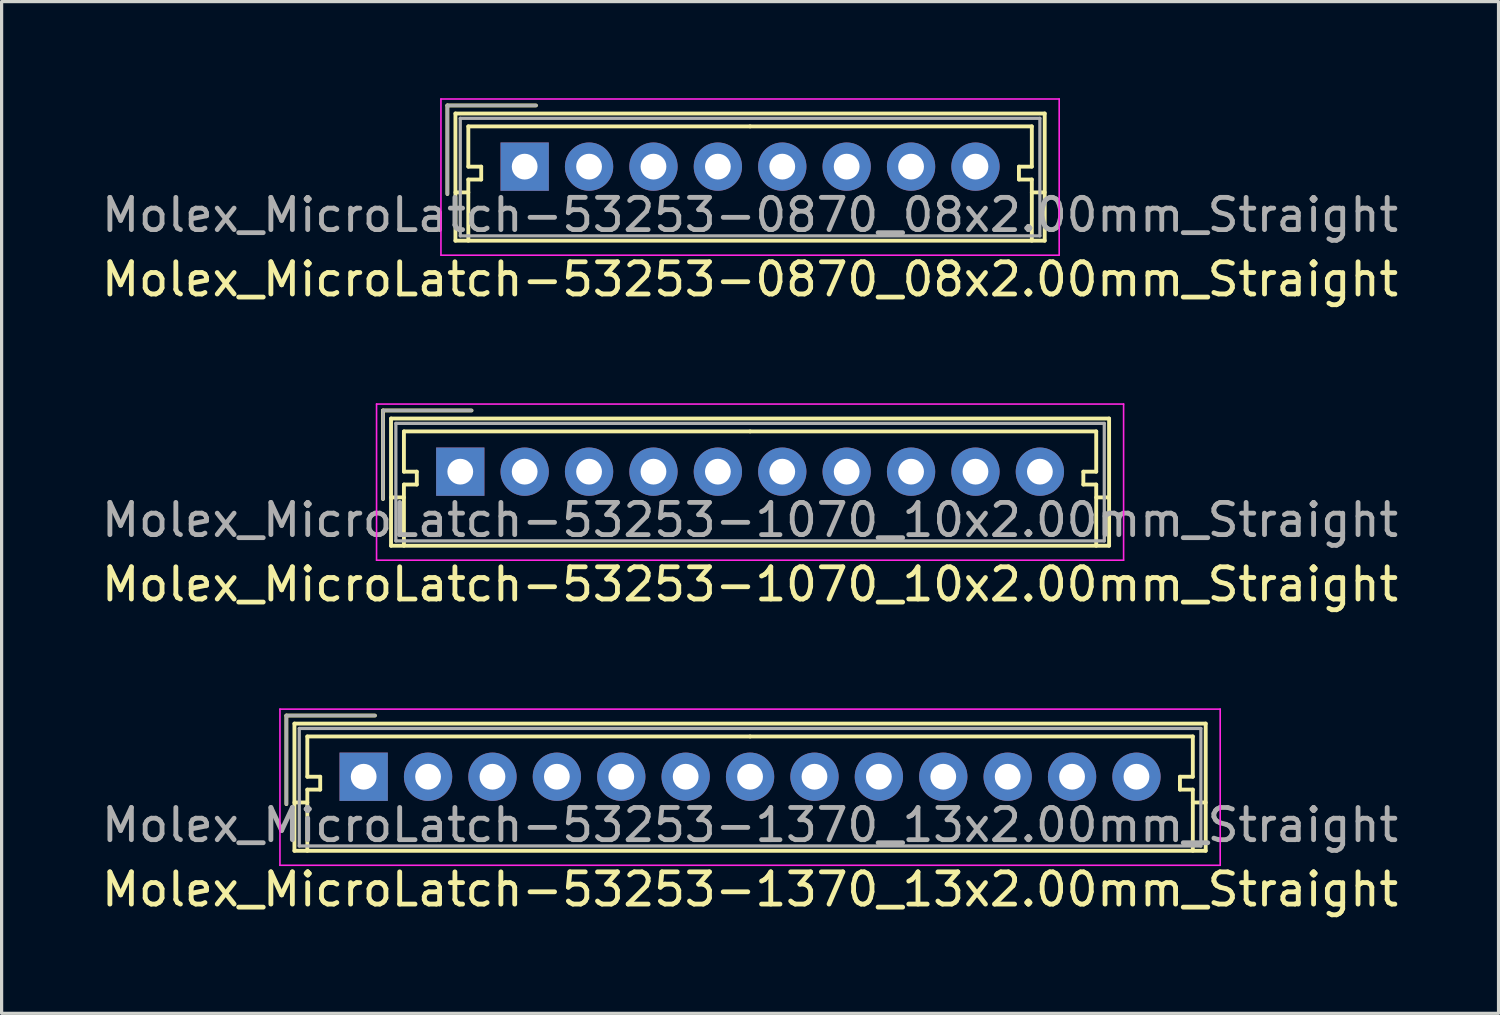
<source format=kicad_pcb>
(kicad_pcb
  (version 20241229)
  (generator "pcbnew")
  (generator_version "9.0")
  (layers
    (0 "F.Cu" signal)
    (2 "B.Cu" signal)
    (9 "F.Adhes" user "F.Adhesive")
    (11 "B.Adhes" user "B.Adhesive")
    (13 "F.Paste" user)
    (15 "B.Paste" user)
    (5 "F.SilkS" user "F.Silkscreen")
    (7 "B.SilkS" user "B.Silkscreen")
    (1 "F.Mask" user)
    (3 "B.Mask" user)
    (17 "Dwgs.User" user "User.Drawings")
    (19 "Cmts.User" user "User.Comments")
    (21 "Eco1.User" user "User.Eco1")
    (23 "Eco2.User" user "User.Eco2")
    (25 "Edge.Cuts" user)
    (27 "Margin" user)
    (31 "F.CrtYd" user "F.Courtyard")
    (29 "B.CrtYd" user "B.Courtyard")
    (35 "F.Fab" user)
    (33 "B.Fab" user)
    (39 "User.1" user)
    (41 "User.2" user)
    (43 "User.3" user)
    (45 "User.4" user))
  (footprint "Molex_MicroLatch-53253-1370_13x2.00mm_Straight"
    (layer "F.Cu")
    (at 8.244 21.072)
    (property "Reference" "Molex_MicroLatch-53253-1370_13x2.00mm_Straight" (at 12 3.5 0) (layer "F.SilkS") (effects (font (size 1 1) (thickness 0.15))))
    (attr through_hole)
    (fp_line (start -2.4 -1.9) (end -2.4 0.85) (stroke (width 0.12) (type solid)) (layer "F.SilkS"))
    (fp_line (start -2.15 -1.65) (end -2.15 2.3) (stroke (width 0.12) (type solid)) (layer "F.SilkS"))
    (fp_line (start -2.15 0.8) (end -1.75 0.8) (stroke (width 0.12) (type solid)) (layer "F.SilkS"))
    (fp_line (start -2.15 2.3) (end 26.15 2.3) (stroke (width 0.12) (type solid)) (layer "F.SilkS"))
    (fp_line (start -1.75 -1.25) (end -1.75 0) (stroke (width 0.12) (type solid)) (layer "F.SilkS"))
    (fp_line (start -1.75 0) (end -1.35 0) (stroke (width 0.12) (type solid)) (layer "F.SilkS"))
    (fp_line (start -1.75 0.4) (end -1.75 2.3) (stroke (width 0.12) (type solid)) (layer "F.SilkS"))
    (fp_line (start -1.35 0) (end -1.35 0.4) (stroke (width 0.12) (type solid)) (layer "F.SilkS"))
    (fp_line (start -1.35 0.4) (end -1.75 0.4) (stroke (width 0.12) (type solid)) (layer "F.SilkS"))
    (fp_line (start 0.35 -1.9) (end -2.4 -1.9) (stroke (width 0.12) (type solid)) (layer "F.SilkS"))
    (fp_line (start 12 -1.25) (end -1.75 -1.25) (stroke (width 0.12) (type solid)) (layer "F.SilkS"))
    (fp_line (start 12 -1.25) (end 25.75 -1.25) (stroke (width 0.12) (type solid)) (layer "F.SilkS"))
    (fp_line (start 25.35 0) (end 25.35 0.4) (stroke (width 0.12) (type solid)) (layer "F.SilkS"))
    (fp_line (start 25.35 0.4) (end 25.75 0.4) (stroke (width 0.12) (type solid)) (layer "F.SilkS"))
    (fp_line (start 25.75 -1.25) (end 25.75 0) (stroke (width 0.12) (type solid)) (layer "F.SilkS"))
    (fp_line (start 25.75 0) (end 25.35 0) (stroke (width 0.12) (type solid)) (layer "F.SilkS"))
    (fp_line (start 25.75 0.4) (end 25.75 2.3) (stroke (width 0.12) (type solid)) (layer "F.SilkS"))
    (fp_line (start 26.15 -1.65) (end -2.15 -1.65) (stroke (width 0.12) (type solid)) (layer "F.SilkS"))
    (fp_line (start 26.15 0.8) (end 25.75 0.8) (stroke (width 0.12) (type solid)) (layer "F.SilkS"))
    (fp_line (start 26.15 2.3) (end 26.15 -1.65) (stroke (width 0.12) (type solid)) (layer "F.SilkS"))
    (fp_line (start -2.6 -2.1) (end -2.6 2.75) (stroke (width 0.05) (type solid)) (layer "F.CrtYd"))
    (fp_line (start -2.6 2.75) (end 26.6 2.75) (stroke (width 0.05) (type solid)) (layer "F.CrtYd"))
    (fp_line (start 26.6 -2.1) (end -2.6 -2.1) (stroke (width 0.05) (type solid)) (layer "F.CrtYd"))
    (fp_line (start 26.6 2.75) (end 26.6 -2.1) (stroke (width 0.05) (type solid)) (layer "F.CrtYd"))
    (fp_line (start -2.4 -1.9) (end -2.4 0.85) (stroke (width 0.1) (type solid)) (layer "F.Fab"))
    (fp_line (start -2 -1.5) (end -2 2.15) (stroke (width 0.1) (type solid)) (layer "F.Fab"))
    (fp_line (start -2 2.15) (end 26 2.15) (stroke (width 0.1) (type solid)) (layer "F.Fab"))
    (fp_line (start 0.35 -1.9) (end -2.4 -1.9) (stroke (width 0.1) (type solid)) (layer "F.Fab"))
    (fp_line (start 26 -1.5) (end -2 -1.5) (stroke (width 0.1) (type solid)) (layer "F.Fab"))
    (fp_line (start 26 2.15) (end 26 -1.5) (stroke (width 0.1) (type solid)) (layer "F.Fab"))
    (fp_text user "${REFERENCE}" (at 12 1.5 0) (layer "F.Fab") (effects (font (size 1 1) (thickness 0.15))))
    (pad "1" thru_hole rect (at 0 0) (size 1.5 1.5) (drill 0.8) (layers "*.Cu" "*.Mask"))
    (pad "2" thru_hole circle (at 2 0) (size 1.5 1.5) (drill 0.8) (layers "*.Cu" "*.Mask"))
    (pad "3" thru_hole circle (at 4 0) (size 1.5 1.5) (drill 0.8) (layers "*.Cu" "*.Mask"))
    (pad "4" thru_hole circle (at 6 0) (size 1.5 1.5) (drill 0.8) (layers "*.Cu" "*.Mask"))
    (pad "5" thru_hole circle (at 8 0) (size 1.5 1.5) (drill 0.8) (layers "*.Cu" "*.Mask"))
    (pad "6" thru_hole circle (at 10 0) (size 1.5 1.5) (drill 0.8) (layers "*.Cu" "*.Mask"))
    (pad "7" thru_hole circle (at 12 0) (size 1.5 1.5) (drill 0.8) (layers "*.Cu" "*.Mask"))
    (pad "8" thru_hole circle (at 14 0) (size 1.5 1.5) (drill 0.8) (layers "*.Cu" "*.Mask"))
    (pad "9" thru_hole circle (at 16 0) (size 1.5 1.5) (drill 0.8) (layers "*.Cu" "*.Mask"))
    (pad "10" thru_hole circle (at 18 0) (size 1.5 1.5) (drill 0.8) (layers "*.Cu" "*.Mask"))
    (pad "11" thru_hole circle (at 20 0) (size 1.5 1.5) (drill 0.8) (layers "*.Cu" "*.Mask"))
    (pad "12" thru_hole circle (at 22 0) (size 1.5 1.5) (drill 0.8) (layers "*.Cu" "*.Mask"))
    (pad "13" thru_hole circle (at 24 0) (size 1.5 1.5) (drill 0.8) (layers "*.Cu" "*.Mask")))
  (footprint "Molex_MicroLatch-53253-0870_08x2.00mm_Straight"
    (layer "F.Cu")
    (at 13.244 2.125)
    (property "Reference" "Molex_MicroLatch-53253-0870_08x2.00mm_Straight" (at 7 3.5 0) (layer "F.SilkS") (effects (font (size 1 1) (thickness 0.15))))
    (attr through_hole)
    (fp_line (start -2.4 -1.9) (end -2.4 0.85) (stroke (width 0.12) (type solid)) (layer "F.SilkS"))
    (fp_line (start -2.15 -1.65) (end -2.15 2.3) (stroke (width 0.12) (type solid)) (layer "F.SilkS"))
    (fp_line (start -2.15 0.8) (end -1.75 0.8) (stroke (width 0.12) (type solid)) (layer "F.SilkS"))
    (fp_line (start -2.15 2.3) (end 16.15 2.3) (stroke (width 0.12) (type solid)) (layer "F.SilkS"))
    (fp_line (start -1.75 -1.25) (end -1.75 0) (stroke (width 0.12) (type solid)) (layer "F.SilkS"))
    (fp_line (start -1.75 0) (end -1.35 0) (stroke (width 0.12) (type solid)) (layer "F.SilkS"))
    (fp_line (start -1.75 0.4) (end -1.75 2.3) (stroke (width 0.12) (type solid)) (layer "F.SilkS"))
    (fp_line (start -1.35 0) (end -1.35 0.4) (stroke (width 0.12) (type solid)) (layer "F.SilkS"))
    (fp_line (start -1.35 0.4) (end -1.75 0.4) (stroke (width 0.12) (type solid)) (layer "F.SilkS"))
    (fp_line (start 0.35 -1.9) (end -2.4 -1.9) (stroke (width 0.12) (type solid)) (layer "F.SilkS"))
    (fp_line (start 7 -1.25) (end -1.75 -1.25) (stroke (width 0.12) (type solid)) (layer "F.SilkS"))
    (fp_line (start 7 -1.25) (end 15.75 -1.25) (stroke (width 0.12) (type solid)) (layer "F.SilkS"))
    (fp_line (start 15.35 0) (end 15.35 0.4) (stroke (width 0.12) (type solid)) (layer "F.SilkS"))
    (fp_line (start 15.35 0.4) (end 15.75 0.4) (stroke (width 0.12) (type solid)) (layer "F.SilkS"))
    (fp_line (start 15.75 -1.25) (end 15.75 0) (stroke (width 0.12) (type solid)) (layer "F.SilkS"))
    (fp_line (start 15.75 0) (end 15.35 0) (stroke (width 0.12) (type solid)) (layer "F.SilkS"))
    (fp_line (start 15.75 0.4) (end 15.75 2.3) (stroke (width 0.12) (type solid)) (layer "F.SilkS"))
    (fp_line (start 16.15 -1.65) (end -2.15 -1.65) (stroke (width 0.12) (type solid)) (layer "F.SilkS"))
    (fp_line (start 16.15 0.8) (end 15.75 0.8) (stroke (width 0.12) (type solid)) (layer "F.SilkS"))
    (fp_line (start 16.15 2.3) (end 16.15 -1.65) (stroke (width 0.12) (type solid)) (layer "F.SilkS"))
    (fp_line (start -2.6 -2.1) (end -2.6 2.75) (stroke (width 0.05) (type solid)) (layer "F.CrtYd"))
    (fp_line (start -2.6 2.75) (end 16.6 2.75) (stroke (width 0.05) (type solid)) (layer "F.CrtYd"))
    (fp_line (start 16.6 -2.1) (end -2.6 -2.1) (stroke (width 0.05) (type solid)) (layer "F.CrtYd"))
    (fp_line (start 16.6 2.75) (end 16.6 -2.1) (stroke (width 0.05) (type solid)) (layer "F.CrtYd"))
    (fp_line (start -2.4 -1.9) (end -2.4 0.85) (stroke (width 0.1) (type solid)) (layer "F.Fab"))
    (fp_line (start -2 -1.5) (end -2 2.15) (stroke (width 0.1) (type solid)) (layer "F.Fab"))
    (fp_line (start -2 2.15) (end 16 2.15) (stroke (width 0.1) (type solid)) (layer "F.Fab"))
    (fp_line (start 0.35 -1.9) (end -2.4 -1.9) (stroke (width 0.1) (type solid)) (layer "F.Fab"))
    (fp_line (start 16 -1.5) (end -2 -1.5) (stroke (width 0.1) (type solid)) (layer "F.Fab"))
    (fp_line (start 16 2.15) (end 16 -1.5) (stroke (width 0.1) (type solid)) (layer "F.Fab"))
    (fp_text user "${REFERENCE}" (at 7 1.5 0) (layer "F.Fab") (effects (font (size 1 1) (thickness 0.15))))
    (pad "1" thru_hole rect (at 0 0) (size 1.5 1.5) (drill 0.8) (layers "*.Cu" "*.Mask"))
    (pad "2" thru_hole circle (at 2 0) (size 1.5 1.5) (drill 0.8) (layers "*.Cu" "*.Mask"))
    (pad "3" thru_hole circle (at 4 0) (size 1.5 1.5) (drill 0.8) (layers "*.Cu" "*.Mask"))
    (pad "4" thru_hole circle (at 6 0) (size 1.5 1.5) (drill 0.8) (layers "*.Cu" "*.Mask"))
    (pad "5" thru_hole circle (at 8 0) (size 1.5 1.5) (drill 0.8) (layers "*.Cu" "*.Mask"))
    (pad "6" thru_hole circle (at 10 0) (size 1.5 1.5) (drill 0.8) (layers "*.Cu" "*.Mask"))
    (pad "7" thru_hole circle (at 12 0) (size 1.5 1.5) (drill 0.8) (layers "*.Cu" "*.Mask"))
    (pad "8" thru_hole circle (at 14 0) (size 1.5 1.5) (drill 0.8) (layers "*.Cu" "*.Mask")))
  (footprint "Molex_MicroLatch-53253-1070_10x2.00mm_Straight"
    (layer "F.Cu")
    (at 11.244 11.598)
    (property "Reference" "Molex_MicroLatch-53253-1070_10x2.00mm_Straight" (at 9 3.5 0) (layer "F.SilkS") (effects (font (size 1 1) (thickness 0.15))))
    (attr through_hole)
    (fp_line (start -2.4 -1.9) (end -2.4 0.85) (stroke (width 0.12) (type solid)) (layer "F.SilkS"))
    (fp_line (start -2.15 -1.65) (end -2.15 2.3) (stroke (width 0.12) (type solid)) (layer "F.SilkS"))
    (fp_line (start -2.15 0.8) (end -1.75 0.8) (stroke (width 0.12) (type solid)) (layer "F.SilkS"))
    (fp_line (start -2.15 2.3) (end 20.15 2.3) (stroke (width 0.12) (type solid)) (layer "F.SilkS"))
    (fp_line (start -1.75 -1.25) (end -1.75 0) (stroke (width 0.12) (type solid)) (layer "F.SilkS"))
    (fp_line (start -1.75 0) (end -1.35 0) (stroke (width 0.12) (type solid)) (layer "F.SilkS"))
    (fp_line (start -1.75 0.4) (end -1.75 2.3) (stroke (width 0.12) (type solid)) (layer "F.SilkS"))
    (fp_line (start -1.35 0) (end -1.35 0.4) (stroke (width 0.12) (type solid)) (layer "F.SilkS"))
    (fp_line (start -1.35 0.4) (end -1.75 0.4) (stroke (width 0.12) (type solid)) (layer "F.SilkS"))
    (fp_line (start 0.35 -1.9) (end -2.4 -1.9) (stroke (width 0.12) (type solid)) (layer "F.SilkS"))
    (fp_line (start 9 -1.25) (end -1.75 -1.25) (stroke (width 0.12) (type solid)) (layer "F.SilkS"))
    (fp_line (start 9 -1.25) (end 19.75 -1.25) (stroke (width 0.12) (type solid)) (layer "F.SilkS"))
    (fp_line (start 19.35 0) (end 19.35 0.4) (stroke (width 0.12) (type solid)) (layer "F.SilkS"))
    (fp_line (start 19.35 0.4) (end 19.75 0.4) (stroke (width 0.12) (type solid)) (layer "F.SilkS"))
    (fp_line (start 19.75 -1.25) (end 19.75 0) (stroke (width 0.12) (type solid)) (layer "F.SilkS"))
    (fp_line (start 19.75 0) (end 19.35 0) (stroke (width 0.12) (type solid)) (layer "F.SilkS"))
    (fp_line (start 19.75 0.4) (end 19.75 2.3) (stroke (width 0.12) (type solid)) (layer "F.SilkS"))
    (fp_line (start 20.15 -1.65) (end -2.15 -1.65) (stroke (width 0.12) (type solid)) (layer "F.SilkS"))
    (fp_line (start 20.15 0.8) (end 19.75 0.8) (stroke (width 0.12) (type solid)) (layer "F.SilkS"))
    (fp_line (start 20.15 2.3) (end 20.15 -1.65) (stroke (width 0.12) (type solid)) (layer "F.SilkS"))
    (fp_line (start -2.6 -2.1) (end -2.6 2.75) (stroke (width 0.05) (type solid)) (layer "F.CrtYd"))
    (fp_line (start -2.6 2.75) (end 20.6 2.75) (stroke (width 0.05) (type solid)) (layer "F.CrtYd"))
    (fp_line (start 20.6 -2.1) (end -2.6 -2.1) (stroke (width 0.05) (type solid)) (layer "F.CrtYd"))
    (fp_line (start 20.6 2.75) (end 20.6 -2.1) (stroke (width 0.05) (type solid)) (layer "F.CrtYd"))
    (fp_line (start -2.4 -1.9) (end -2.4 0.85) (stroke (width 0.1) (type solid)) (layer "F.Fab"))
    (fp_line (start -2 -1.5) (end -2 2.15) (stroke (width 0.1) (type solid)) (layer "F.Fab"))
    (fp_line (start -2 2.15) (end 20 2.15) (stroke (width 0.1) (type solid)) (layer "F.Fab"))
    (fp_line (start 0.35 -1.9) (end -2.4 -1.9) (stroke (width 0.1) (type solid)) (layer "F.Fab"))
    (fp_line (start 20 -1.5) (end -2 -1.5) (stroke (width 0.1) (type solid)) (layer "F.Fab"))
    (fp_line (start 20 2.15) (end 20 -1.5) (stroke (width 0.1) (type solid)) (layer "F.Fab"))
    (fp_text user "${REFERENCE}" (at 9 1.5 0) (layer "F.Fab") (effects (font (size 1 1) (thickness 0.15))))
    (pad "1" thru_hole rect (at 0 0) (size 1.5 1.5) (drill 0.8) (layers "*.Cu" "*.Mask"))
    (pad "2" thru_hole circle (at 2 0) (size 1.5 1.5) (drill 0.8) (layers "*.Cu" "*.Mask"))
    (pad "3" thru_hole circle (at 4 0) (size 1.5 1.5) (drill 0.8) (layers "*.Cu" "*.Mask"))
    (pad "4" thru_hole circle (at 6 0) (size 1.5 1.5) (drill 0.8) (layers "*.Cu" "*.Mask"))
    (pad "5" thru_hole circle (at 8 0) (size 1.5 1.5) (drill 0.8) (layers "*.Cu" "*.Mask"))
    (pad "6" thru_hole circle (at 10 0) (size 1.5 1.5) (drill 0.8) (layers "*.Cu" "*.Mask"))
    (pad "7" thru_hole circle (at 12 0) (size 1.5 1.5) (drill 0.8) (layers "*.Cu" "*.Mask"))
    (pad "8" thru_hole circle (at 14 0) (size 1.5 1.5) (drill 0.8) (layers "*.Cu" "*.Mask"))
    (pad "9" thru_hole circle (at 16 0) (size 1.5 1.5) (drill 0.8) (layers "*.Cu" "*.Mask"))
    (pad "10" thru_hole circle (at 18 0) (size 1.5 1.5) (drill 0.8) (layers "*.Cu" "*.Mask")))
  (gr_rect
    (start -3 -3)
    (end 43.488 28.42)
    (stroke (width 0.1) (type default))
    (fill no)
    (layer "Edge.Cuts")))
</source>
